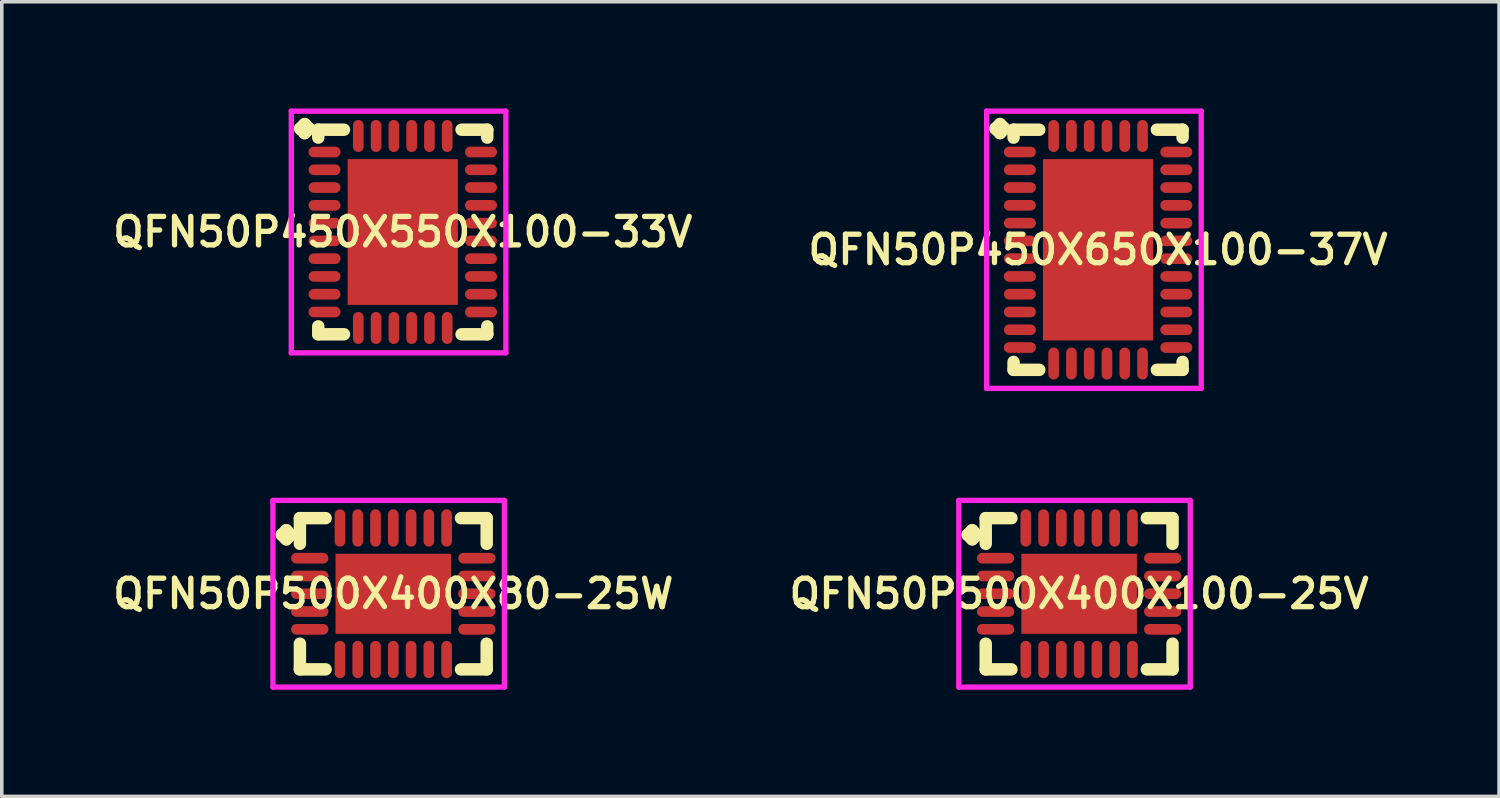
<source format=kicad_pcb>
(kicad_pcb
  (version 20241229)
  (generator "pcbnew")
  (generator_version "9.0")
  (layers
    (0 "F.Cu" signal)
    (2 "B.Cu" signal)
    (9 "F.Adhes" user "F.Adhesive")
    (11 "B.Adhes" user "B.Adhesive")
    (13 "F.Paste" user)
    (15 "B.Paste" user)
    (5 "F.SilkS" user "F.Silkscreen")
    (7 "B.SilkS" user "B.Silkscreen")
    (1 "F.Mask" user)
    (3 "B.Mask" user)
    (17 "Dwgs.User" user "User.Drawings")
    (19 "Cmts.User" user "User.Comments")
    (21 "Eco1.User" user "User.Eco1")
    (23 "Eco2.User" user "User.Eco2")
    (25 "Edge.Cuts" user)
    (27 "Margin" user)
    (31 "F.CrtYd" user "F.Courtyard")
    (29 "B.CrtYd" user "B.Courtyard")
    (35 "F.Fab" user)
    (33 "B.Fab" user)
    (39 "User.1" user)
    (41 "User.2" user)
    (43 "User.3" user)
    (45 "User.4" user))
  (footprint "QFN50P500X400X100-25V"
    (layer "F.Cu")
    (at 27.302 13.65)
    (property "Reference" "QFN50P500X400X100-25V" (at 0 0 0) (layer "F.SilkS") (effects (font (size 0.8 0.8) (thickness 0.15))))
    (attr smd)
    (fp_line (start -3.135 -1.658) (end -3.008 -1.785) (stroke (width 0.35) (type solid)) (layer "F.SilkS"))
    (fp_line (start -3.008 -1.785) (end -2.881 -1.658) (stroke (width 0.35) (type solid)) (layer "F.SilkS"))
    (fp_line (start -3.008 -1.531) (end -3.135 -1.658) (stroke (width 0.35) (type solid)) (layer "F.SilkS"))
    (fp_line (start -2.881 -1.658) (end -3.008 -1.531) (stroke (width 0.35) (type solid)) (layer "F.SilkS"))
    (fp_line (start -2.627 -2.127) (end -1.904 -2.127) (stroke (width 0.35) (type solid)) (layer "F.SilkS"))
    (fp_line (start -2.627 -1.404) (end -2.627 -2.127) (stroke (width 0.35) (type solid)) (layer "F.SilkS"))
    (fp_line (start -2.627 1.404) (end -2.627 2.127) (stroke (width 0.35) (type solid)) (layer "F.SilkS"))
    (fp_line (start -2.627 2.127) (end -1.904 2.127) (stroke (width 0.35) (type solid)) (layer "F.SilkS"))
    (fp_line (start 1.904 -2.127) (end 2.627 -2.127) (stroke (width 0.35) (type solid)) (layer "F.SilkS"))
    (fp_line (start 1.904 2.127) (end 2.627 2.127) (stroke (width 0.35) (type solid)) (layer "F.SilkS"))
    (fp_line (start 2.627 -2.127) (end 2.627 -1.404) (stroke (width 0.35) (type solid)) (layer "F.SilkS"))
    (fp_line (start 2.627 2.127) (end 2.627 1.404) (stroke (width 0.35) (type solid)) (layer "F.SilkS"))
    (fp_line (start -3.385 -2.625) (end 3.125 -2.625) (stroke (width 0.15) (type solid)) (layer "F.CrtYd"))
    (fp_line (start -3.385 2.625) (end -3.385 -2.625) (stroke (width 0.15) (type solid)) (layer "F.CrtYd"))
    (fp_line (start 3.125 -2.625) (end 3.125 2.625) (stroke (width 0.15) (type solid)) (layer "F.CrtYd"))
    (fp_line (start 3.125 2.625) (end -3.385 2.625) (stroke (width 0.15) (type solid)) (layer "F.CrtYd"))
    (pad "1" smd oval (at -2.35 -1) (size 1.05 0.3) (layers "F.Cu" "F.Mask" "F.Paste"))
    (pad "2" smd oval (at -2.35 -0.5) (size 1.05 0.3) (layers "F.Cu" "F.Mask" "F.Paste"))
    (pad "3" smd oval (at -2.35 0) (size 1.05 0.3) (layers "F.Cu" "F.Mask" "F.Paste"))
    (pad "4" smd oval (at -2.35 0.5) (size 1.05 0.3) (layers "F.Cu" "F.Mask" "F.Paste"))
    (pad "5" smd oval (at -2.35 1) (size 1.05 0.3) (layers "F.Cu" "F.Mask" "F.Paste"))
    (pad "6" smd oval (at -1.5 1.85) (size 0.3 1.05) (layers "F.Cu" "F.Mask" "F.Paste"))
    (pad "7" smd oval (at -1 1.85) (size 0.3 1.05) (layers "F.Cu" "F.Mask" "F.Paste"))
    (pad "8" smd oval (at -0.5 1.85) (size 0.3 1.05) (layers "F.Cu" "F.Mask" "F.Paste"))
    (pad "9" smd oval (at 0 1.85) (size 0.3 1.05) (layers "F.Cu" "F.Mask" "F.Paste"))
    (pad "10" smd oval (at 0.5 1.85) (size 0.3 1.05) (layers "F.Cu" "F.Mask" "F.Paste"))
    (pad "11" smd oval (at 1 1.85) (size 0.3 1.05) (layers "F.Cu" "F.Mask" "F.Paste"))
    (pad "12" smd oval (at 1.5 1.85) (size 0.3 1.05) (layers "F.Cu" "F.Mask" "F.Paste"))
    (pad "13" smd oval (at 2.35 1) (size 1.05 0.3) (layers "F.Cu" "F.Mask" "F.Paste"))
    (pad "14" smd oval (at 2.35 0.5) (size 1.05 0.3) (layers "F.Cu" "F.Mask" "F.Paste"))
    (pad "15" smd oval (at 2.35 0) (size 1.05 0.3) (layers "F.Cu" "F.Mask" "F.Paste"))
    (pad "16" smd oval (at 2.35 -0.5) (size 1.05 0.3) (layers "F.Cu" "F.Mask" "F.Paste"))
    (pad "17" smd oval (at 2.35 -1) (size 1.05 0.3) (layers "F.Cu" "F.Mask" "F.Paste"))
    (pad "18" smd oval (at 1.5 -1.85) (size 0.3 1.05) (layers "F.Cu" "F.Mask" "F.Paste"))
    (pad "19" smd oval (at 1 -1.85) (size 0.3 1.05) (layers "F.Cu" "F.Mask" "F.Paste"))
    (pad "20" smd oval (at 0.5 -1.85) (size 0.3 1.05) (layers "F.Cu" "F.Mask" "F.Paste"))
    (pad "21" smd oval (at 0 -1.85) (size 0.3 1.05) (layers "F.Cu" "F.Mask" "F.Paste"))
    (pad "22" smd oval (at -0.5 -1.85) (size 0.3 1.05) (layers "F.Cu" "F.Mask" "F.Paste"))
    (pad "23" smd oval (at -1 -1.85) (size 0.3 1.05) (layers "F.Cu" "F.Mask" "F.Paste"))
    (pad "24" smd oval (at -1.5 -1.85) (size 0.3 1.05) (layers "F.Cu" "F.Mask" "F.Paste"))
    (pad "25" smd rect (at 0 0) (size 3.25 2.25) (layers "F.Cu" "F.Mask" "F.Paste")))
  (footprint "QFN50P450X650X100-37V"
    (layer "F.Cu")
    (at 27.835 3.975)
    (property "Reference" "QFN50P450X650X100-37V" (at 0 0 0) (layer "F.SilkS") (effects (font (size 0.8 0.8) (thickness 0.15))))
    (attr smd)
    (fp_line (start -2.885 -3.408) (end -2.758 -3.535) (stroke (width 0.35) (type solid)) (layer "F.SilkS"))
    (fp_line (start -2.758 -3.535) (end -2.631 -3.408) (stroke (width 0.35) (type solid)) (layer "F.SilkS"))
    (fp_line (start -2.758 -3.281) (end -2.885 -3.408) (stroke (width 0.35) (type solid)) (layer "F.SilkS"))
    (fp_line (start -2.631 -3.408) (end -2.758 -3.281) (stroke (width 0.35) (type solid)) (layer "F.SilkS"))
    (fp_line (start -2.377 -3.377) (end -1.654 -3.377) (stroke (width 0.35) (type solid)) (layer "F.SilkS"))
    (fp_line (start -2.377 -3.154) (end -2.377 -3.377) (stroke (width 0.35) (type solid)) (layer "F.SilkS"))
    (fp_line (start -2.377 3.154) (end -2.377 3.377) (stroke (width 0.35) (type solid)) (layer "F.SilkS"))
    (fp_line (start -2.377 3.377) (end -1.654 3.377) (stroke (width 0.35) (type solid)) (layer "F.SilkS"))
    (fp_line (start 1.654 -3.377) (end 2.377 -3.377) (stroke (width 0.35) (type solid)) (layer "F.SilkS"))
    (fp_line (start 1.654 3.377) (end 2.377 3.377) (stroke (width 0.35) (type solid)) (layer "F.SilkS"))
    (fp_line (start 2.377 -3.377) (end 2.377 -3.154) (stroke (width 0.35) (type solid)) (layer "F.SilkS"))
    (fp_line (start 2.377 3.377) (end 2.377 3.154) (stroke (width 0.35) (type solid)) (layer "F.SilkS"))
    (fp_line (start -3.135 -3.9) (end 2.9 -3.9) (stroke (width 0.15) (type solid)) (layer "F.CrtYd"))
    (fp_line (start -3.135 3.9) (end -3.135 -3.9) (stroke (width 0.15) (type solid)) (layer "F.CrtYd"))
    (fp_line (start 2.9 -3.9) (end 2.9 3.9) (stroke (width 0.15) (type solid)) (layer "F.CrtYd"))
    (fp_line (start 2.9 3.9) (end -3.135 3.9) (stroke (width 0.15) (type solid)) (layer "F.CrtYd"))
    (pad "1" smd oval (at -2.2 -2.75) (size 0.9 0.3) (layers "F.Cu" "F.Mask" "F.Paste"))
    (pad "2" smd oval (at -2.2 -2.25) (size 0.9 0.3) (layers "F.Cu" "F.Mask" "F.Paste"))
    (pad "3" smd oval (at -2.2 -1.75) (size 0.9 0.3) (layers "F.Cu" "F.Mask" "F.Paste"))
    (pad "4" smd oval (at -2.2 -1.25) (size 0.9 0.3) (layers "F.Cu" "F.Mask" "F.Paste"))
    (pad "5" smd oval (at -2.2 -0.75) (size 0.9 0.3) (layers "F.Cu" "F.Mask" "F.Paste"))
    (pad "6" smd oval (at -2.2 -0.25) (size 0.9 0.3) (layers "F.Cu" "F.Mask" "F.Paste"))
    (pad "7" smd oval (at -2.2 0.25) (size 0.9 0.3) (layers "F.Cu" "F.Mask" "F.Paste"))
    (pad "8" smd oval (at -2.2 0.75) (size 0.9 0.3) (layers "F.Cu" "F.Mask" "F.Paste"))
    (pad "9" smd oval (at -2.2 1.25) (size 0.9 0.3) (layers "F.Cu" "F.Mask" "F.Paste"))
    (pad "10" smd oval (at -2.2 1.75) (size 0.9 0.3) (layers "F.Cu" "F.Mask" "F.Paste"))
    (pad "11" smd oval (at -2.2 2.25) (size 0.9 0.3) (layers "F.Cu" "F.Mask" "F.Paste"))
    (pad "12" smd oval (at -2.2 2.75) (size 0.9 0.3) (layers "F.Cu" "F.Mask" "F.Paste"))
    (pad "13" smd oval (at -1.25 3.2) (size 0.3 0.9) (layers "F.Cu" "F.Mask" "F.Paste"))
    (pad "14" smd oval (at -0.75 3.2) (size 0.3 0.9) (layers "F.Cu" "F.Mask" "F.Paste"))
    (pad "15" smd oval (at -0.25 3.2) (size 0.3 0.9) (layers "F.Cu" "F.Mask" "F.Paste"))
    (pad "16" smd oval (at 0.25 3.2) (size 0.3 0.9) (layers "F.Cu" "F.Mask" "F.Paste"))
    (pad "17" smd oval (at 0.75 3.2) (size 0.3 0.9) (layers "F.Cu" "F.Mask" "F.Paste"))
    (pad "18" smd oval (at 1.25 3.2) (size 0.3 0.9) (layers "F.Cu" "F.Mask" "F.Paste"))
    (pad "19" smd oval (at 2.2 2.75) (size 0.9 0.3) (layers "F.Cu" "F.Mask" "F.Paste"))
    (pad "20" smd oval (at 2.2 2.25) (size 0.9 0.3) (layers "F.Cu" "F.Mask" "F.Paste"))
    (pad "21" smd oval (at 2.2 1.75) (size 0.9 0.3) (layers "F.Cu" "F.Mask" "F.Paste"))
    (pad "22" smd oval (at 2.2 1.25) (size 0.9 0.3) (layers "F.Cu" "F.Mask" "F.Paste"))
    (pad "23" smd oval (at 2.2 0.75) (size 0.9 0.3) (layers "F.Cu" "F.Mask" "F.Paste"))
    (pad "24" smd oval (at 2.2 0.25) (size 0.9 0.3) (layers "F.Cu" "F.Mask" "F.Paste"))
    (pad "25" smd oval (at 2.2 -0.25) (size 0.9 0.3) (layers "F.Cu" "F.Mask" "F.Paste"))
    (pad "26" smd oval (at 2.2 -0.75) (size 0.9 0.3) (layers "F.Cu" "F.Mask" "F.Paste"))
    (pad "27" smd oval (at 2.2 -1.25) (size 0.9 0.3) (layers "F.Cu" "F.Mask" "F.Paste"))
    (pad "28" smd oval (at 2.2 -1.75) (size 0.9 0.3) (layers "F.Cu" "F.Mask" "F.Paste"))
    (pad "29" smd oval (at 2.2 -2.25) (size 0.9 0.3) (layers "F.Cu" "F.Mask" "F.Paste"))
    (pad "30" smd oval (at 2.2 -2.75) (size 0.9 0.3) (layers "F.Cu" "F.Mask" "F.Paste"))
    (pad "31" smd oval (at 1.25 -3.2) (size 0.3 0.9) (layers "F.Cu" "F.Mask" "F.Paste"))
    (pad "32" smd oval (at 0.75 -3.2) (size 0.3 0.9) (layers "F.Cu" "F.Mask" "F.Paste"))
    (pad "33" smd oval (at 0.25 -3.2) (size 0.3 0.9) (layers "F.Cu" "F.Mask" "F.Paste"))
    (pad "34" smd oval (at -0.25 -3.2) (size 0.3 0.9) (layers "F.Cu" "F.Mask" "F.Paste"))
    (pad "35" smd oval (at -0.75 -3.2) (size 0.3 0.9) (layers "F.Cu" "F.Mask" "F.Paste"))
    (pad "36" smd oval (at -1.25 -3.2) (size 0.3 0.9) (layers "F.Cu" "F.Mask" "F.Paste"))
    (pad "37" smd rect (at 0 0) (size 3.1 5.1) (layers "F.Cu" "F.Mask" "F.Paste")))
  (footprint "QFN50P450X550X100-33V"
    (layer "F.Cu")
    (at 8.278 3.475)
    (property "Reference" "QFN50P450X550X100-33V" (at 0 0 0) (layer "F.SilkS") (effects (font (size 0.8 0.8) (thickness 0.15))))
    (attr smd)
    (fp_line (start -2.885 -2.908) (end -2.758 -3.035) (stroke (width 0.35) (type solid)) (layer "F.SilkS"))
    (fp_line (start -2.758 -3.035) (end -2.631 -2.908) (stroke (width 0.35) (type solid)) (layer "F.SilkS"))
    (fp_line (start -2.758 -2.781) (end -2.885 -2.908) (stroke (width 0.35) (type solid)) (layer "F.SilkS"))
    (fp_line (start -2.631 -2.908) (end -2.758 -2.781) (stroke (width 0.35) (type solid)) (layer "F.SilkS"))
    (fp_line (start -2.377 -2.877) (end -1.654 -2.877) (stroke (width 0.35) (type solid)) (layer "F.SilkS"))
    (fp_line (start -2.377 -2.654) (end -2.377 -2.877) (stroke (width 0.35) (type solid)) (layer "F.SilkS"))
    (fp_line (start -2.377 2.654) (end -2.377 2.877) (stroke (width 0.35) (type solid)) (layer "F.SilkS"))
    (fp_line (start -2.377 2.877) (end -1.654 2.877) (stroke (width 0.35) (type solid)) (layer "F.SilkS"))
    (fp_line (start 1.654 -2.877) (end 2.377 -2.877) (stroke (width 0.35) (type solid)) (layer "F.SilkS"))
    (fp_line (start 1.654 2.877) (end 2.377 2.877) (stroke (width 0.35) (type solid)) (layer "F.SilkS"))
    (fp_line (start 2.377 -2.877) (end 2.377 -2.654) (stroke (width 0.35) (type solid)) (layer "F.SilkS"))
    (fp_line (start 2.377 2.877) (end 2.377 2.654) (stroke (width 0.35) (type solid)) (layer "F.SilkS"))
    (fp_line (start -3.135 -3.4) (end 2.9 -3.4) (stroke (width 0.15) (type solid)) (layer "F.CrtYd"))
    (fp_line (start -3.135 3.4) (end -3.135 -3.4) (stroke (width 0.15) (type solid)) (layer "F.CrtYd"))
    (fp_line (start 2.9 -3.4) (end 2.9 3.4) (stroke (width 0.15) (type solid)) (layer "F.CrtYd"))
    (fp_line (start 2.9 3.4) (end -3.135 3.4) (stroke (width 0.15) (type solid)) (layer "F.CrtYd"))
    (pad "1" smd oval (at -2.2 -2.25) (size 0.9 0.3) (layers "F.Cu" "F.Mask" "F.Paste"))
    (pad "2" smd oval (at -2.2 -1.75) (size 0.9 0.3) (layers "F.Cu" "F.Mask" "F.Paste"))
    (pad "3" smd oval (at -2.2 -1.25) (size 0.9 0.3) (layers "F.Cu" "F.Mask" "F.Paste"))
    (pad "4" smd oval (at -2.2 -0.75) (size 0.9 0.3) (layers "F.Cu" "F.Mask" "F.Paste"))
    (pad "5" smd oval (at -2.2 -0.25) (size 0.9 0.3) (layers "F.Cu" "F.Mask" "F.Paste"))
    (pad "6" smd oval (at -2.2 0.25) (size 0.9 0.3) (layers "F.Cu" "F.Mask" "F.Paste"))
    (pad "7" smd oval (at -2.2 0.75) (size 0.9 0.3) (layers "F.Cu" "F.Mask" "F.Paste"))
    (pad "8" smd oval (at -2.2 1.25) (size 0.9 0.3) (layers "F.Cu" "F.Mask" "F.Paste"))
    (pad "9" smd oval (at -2.2 1.75) (size 0.9 0.3) (layers "F.Cu" "F.Mask" "F.Paste"))
    (pad "10" smd oval (at -2.2 2.25) (size 0.9 0.3) (layers "F.Cu" "F.Mask" "F.Paste"))
    (pad "11" smd oval (at -1.25 2.7) (size 0.3 0.9) (layers "F.Cu" "F.Mask" "F.Paste"))
    (pad "12" smd oval (at -0.75 2.7) (size 0.3 0.9) (layers "F.Cu" "F.Mask" "F.Paste"))
    (pad "13" smd oval (at -0.25 2.7) (size 0.3 0.9) (layers "F.Cu" "F.Mask" "F.Paste"))
    (pad "14" smd oval (at 0.25 2.7) (size 0.3 0.9) (layers "F.Cu" "F.Mask" "F.Paste"))
    (pad "15" smd oval (at 0.75 2.7) (size 0.3 0.9) (layers "F.Cu" "F.Mask" "F.Paste"))
    (pad "16" smd oval (at 1.25 2.7) (size 0.3 0.9) (layers "F.Cu" "F.Mask" "F.Paste"))
    (pad "17" smd oval (at 2.2 2.25) (size 0.9 0.3) (layers "F.Cu" "F.Mask" "F.Paste"))
    (pad "18" smd oval (at 2.2 1.75) (size 0.9 0.3) (layers "F.Cu" "F.Mask" "F.Paste"))
    (pad "19" smd oval (at 2.2 1.25) (size 0.9 0.3) (layers "F.Cu" "F.Mask" "F.Paste"))
    (pad "20" smd oval (at 2.2 0.75) (size 0.9 0.3) (layers "F.Cu" "F.Mask" "F.Paste"))
    (pad "21" smd oval (at 2.2 0.25) (size 0.9 0.3) (layers "F.Cu" "F.Mask" "F.Paste"))
    (pad "22" smd oval (at 2.2 -0.25) (size 0.9 0.3) (layers "F.Cu" "F.Mask" "F.Paste"))
    (pad "23" smd oval (at 2.2 -0.75) (size 0.9 0.3) (layers "F.Cu" "F.Mask" "F.Paste"))
    (pad "24" smd oval (at 2.2 -1.25) (size 0.9 0.3) (layers "F.Cu" "F.Mask" "F.Paste"))
    (pad "25" smd oval (at 2.2 -1.75) (size 0.9 0.3) (layers "F.Cu" "F.Mask" "F.Paste"))
    (pad "26" smd oval (at 2.2 -2.25) (size 0.9 0.3) (layers "F.Cu" "F.Mask" "F.Paste"))
    (pad "27" smd oval (at 1.25 -2.7) (size 0.3 0.9) (layers "F.Cu" "F.Mask" "F.Paste"))
    (pad "28" smd oval (at 0.75 -2.7) (size 0.3 0.9) (layers "F.Cu" "F.Mask" "F.Paste"))
    (pad "29" smd oval (at 0.25 -2.7) (size 0.3 0.9) (layers "F.Cu" "F.Mask" "F.Paste"))
    (pad "30" smd oval (at -0.25 -2.7) (size 0.3 0.9) (layers "F.Cu" "F.Mask" "F.Paste"))
    (pad "31" smd oval (at -0.75 -2.7) (size 0.3 0.9) (layers "F.Cu" "F.Mask" "F.Paste"))
    (pad "32" smd oval (at -1.25 -2.7) (size 0.3 0.9) (layers "F.Cu" "F.Mask" "F.Paste"))
    (pad "33" smd rect (at 0 0) (size 3.1 4.1) (layers "F.Cu" "F.Mask" "F.Paste")))
  (footprint "QFN50P500X400X80-25W"
    (layer "F.Cu")
    (at 8.012 13.65)
    (property "Reference" "QFN50P500X400X80-25W" (at 0 0 0) (layer "F.SilkS") (effects (font (size 0.8 0.8) (thickness 0.15))))
    (attr smd)
    (fp_line (start -3.135 -1.658) (end -3.008 -1.785) (stroke (width 0.35) (type solid)) (layer "F.SilkS"))
    (fp_line (start -3.008 -1.785) (end -2.881 -1.658) (stroke (width 0.35) (type solid)) (layer "F.SilkS"))
    (fp_line (start -3.008 -1.531) (end -3.135 -1.658) (stroke (width 0.35) (type solid)) (layer "F.SilkS"))
    (fp_line (start -2.881 -1.658) (end -3.008 -1.531) (stroke (width 0.35) (type solid)) (layer "F.SilkS"))
    (fp_line (start -2.627 -2.127) (end -1.904 -2.127) (stroke (width 0.35) (type solid)) (layer "F.SilkS"))
    (fp_line (start -2.627 -1.404) (end -2.627 -2.127) (stroke (width 0.35) (type solid)) (layer "F.SilkS"))
    (fp_line (start -2.627 1.404) (end -2.627 2.127) (stroke (width 0.35) (type solid)) (layer "F.SilkS"))
    (fp_line (start -2.627 2.127) (end -1.904 2.127) (stroke (width 0.35) (type solid)) (layer "F.SilkS"))
    (fp_line (start 1.904 -2.127) (end 2.627 -2.127) (stroke (width 0.35) (type solid)) (layer "F.SilkS"))
    (fp_line (start 1.904 2.127) (end 2.627 2.127) (stroke (width 0.35) (type solid)) (layer "F.SilkS"))
    (fp_line (start 2.627 -2.127) (end 2.627 -1.404) (stroke (width 0.35) (type solid)) (layer "F.SilkS"))
    (fp_line (start 2.627 2.127) (end 2.627 1.404) (stroke (width 0.35) (type solid)) (layer "F.SilkS"))
    (fp_line (start -3.385 -2.625) (end 3.125 -2.625) (stroke (width 0.15) (type solid)) (layer "F.CrtYd"))
    (fp_line (start -3.385 2.625) (end -3.385 -2.625) (stroke (width 0.15) (type solid)) (layer "F.CrtYd"))
    (fp_line (start 3.125 -2.625) (end 3.125 2.625) (stroke (width 0.15) (type solid)) (layer "F.CrtYd"))
    (fp_line (start 3.125 2.625) (end -3.385 2.625) (stroke (width 0.15) (type solid)) (layer "F.CrtYd"))
    (pad "1" smd oval (at -2.35 -1) (size 1.05 0.3) (layers "F.Cu" "F.Mask" "F.Paste"))
    (pad "2" smd oval (at -2.35 -0.5) (size 1.05 0.3) (layers "F.Cu" "F.Mask" "F.Paste"))
    (pad "3" smd oval (at -2.35 0) (size 1.05 0.3) (layers "F.Cu" "F.Mask" "F.Paste"))
    (pad "4" smd oval (at -2.35 0.5) (size 1.05 0.3) (layers "F.Cu" "F.Mask" "F.Paste"))
    (pad "5" smd oval (at -2.35 1) (size 1.05 0.3) (layers "F.Cu" "F.Mask" "F.Paste"))
    (pad "6" smd oval (at -1.5 1.85) (size 0.3 1.05) (layers "F.Cu" "F.Mask" "F.Paste"))
    (pad "7" smd oval (at -1 1.85) (size 0.3 1.05) (layers "F.Cu" "F.Mask" "F.Paste"))
    (pad "8" smd oval (at -0.5 1.85) (size 0.3 1.05) (layers "F.Cu" "F.Mask" "F.Paste"))
    (pad "9" smd oval (at 0 1.85) (size 0.3 1.05) (layers "F.Cu" "F.Mask" "F.Paste"))
    (pad "10" smd oval (at 0.5 1.85) (size 0.3 1.05) (layers "F.Cu" "F.Mask" "F.Paste"))
    (pad "11" smd oval (at 1 1.85) (size 0.3 1.05) (layers "F.Cu" "F.Mask" "F.Paste"))
    (pad "12" smd oval (at 1.5 1.85) (size 0.3 1.05) (layers "F.Cu" "F.Mask" "F.Paste"))
    (pad "13" smd oval (at 2.35 1) (size 1.05 0.3) (layers "F.Cu" "F.Mask" "F.Paste"))
    (pad "14" smd oval (at 2.35 0.5) (size 1.05 0.3) (layers "F.Cu" "F.Mask" "F.Paste"))
    (pad "15" smd oval (at 2.35 0) (size 1.05 0.3) (layers "F.Cu" "F.Mask" "F.Paste"))
    (pad "16" smd oval (at 2.35 -0.5) (size 1.05 0.3) (layers "F.Cu" "F.Mask" "F.Paste"))
    (pad "17" smd oval (at 2.35 -1) (size 1.05 0.3) (layers "F.Cu" "F.Mask" "F.Paste"))
    (pad "18" smd oval (at 1.5 -1.85) (size 0.3 1.05) (layers "F.Cu" "F.Mask" "F.Paste"))
    (pad "19" smd oval (at 1 -1.85) (size 0.3 1.05) (layers "F.Cu" "F.Mask" "F.Paste"))
    (pad "20" smd oval (at 0.5 -1.85) (size 0.3 1.05) (layers "F.Cu" "F.Mask" "F.Paste"))
    (pad "21" smd oval (at 0 -1.85) (size 0.3 1.05) (layers "F.Cu" "F.Mask" "F.Paste"))
    (pad "22" smd oval (at -0.5 -1.85) (size 0.3 1.05) (layers "F.Cu" "F.Mask" "F.Paste"))
    (pad "23" smd oval (at -1 -1.85) (size 0.3 1.05) (layers "F.Cu" "F.Mask" "F.Paste"))
    (pad "24" smd oval (at -1.5 -1.85) (size 0.3 1.05) (layers "F.Cu" "F.Mask" "F.Paste"))
    (pad "25" smd rect (at 0 0) (size 3.25 2.25) (layers "F.Cu" "F.Mask" "F.Paste")))
  (gr_rect
    (start -3 -3)
    (end 39.113 19.35)
    (stroke (width 0.1) (type default))
    (fill no)
    (layer "Edge.Cuts")))
</source>
